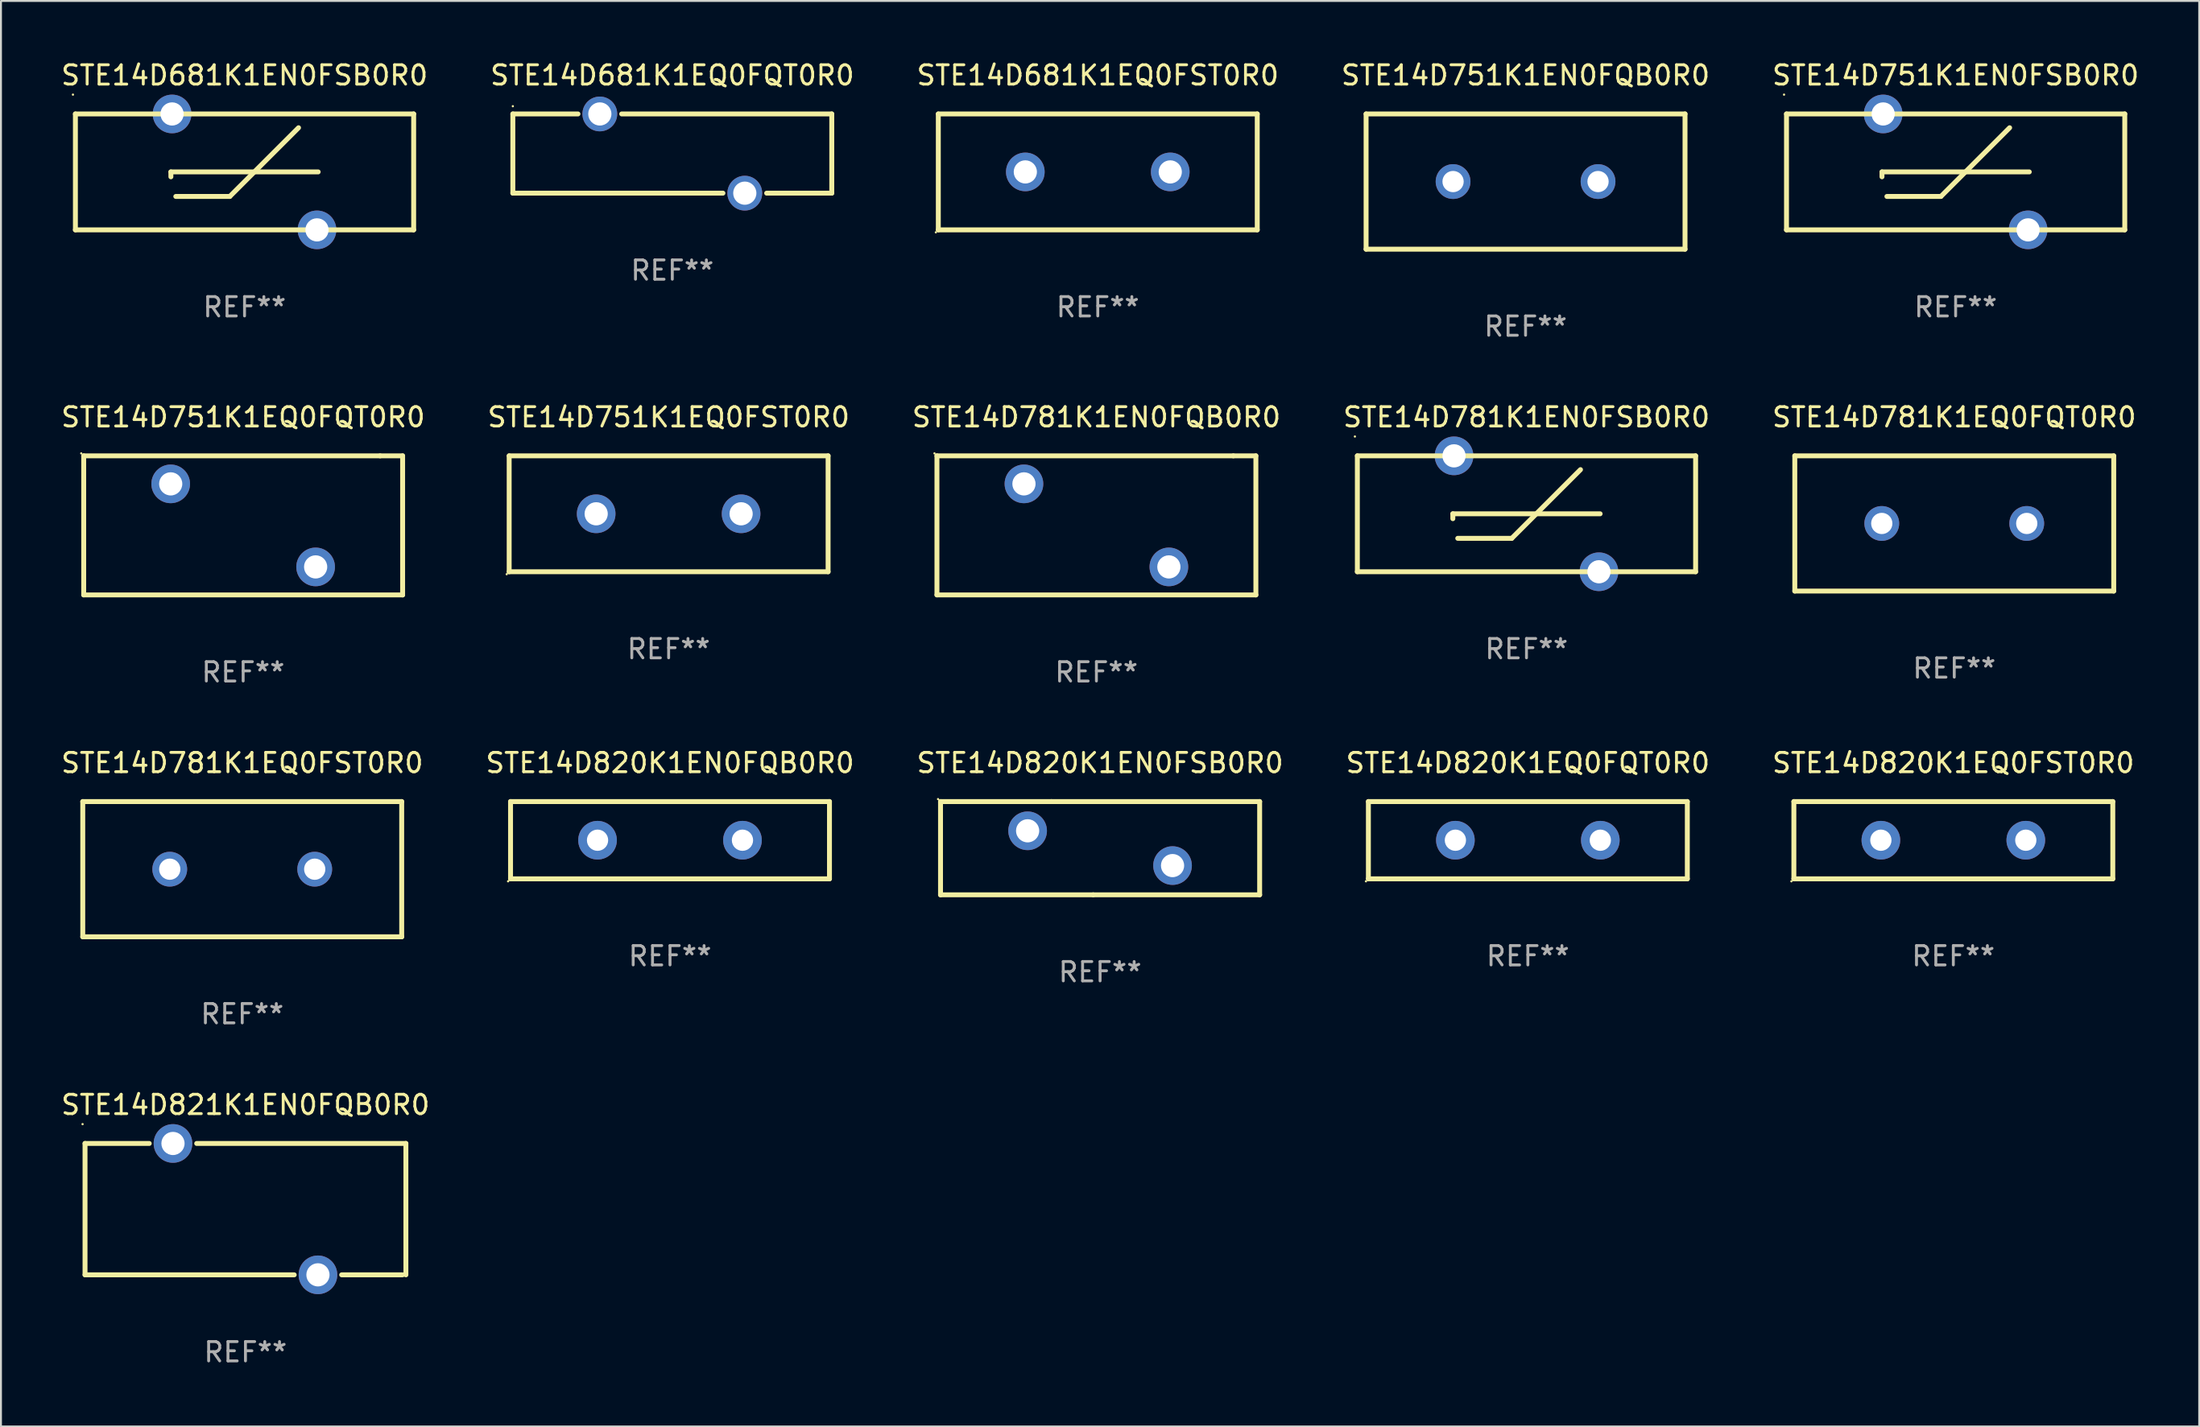
<source format=kicad_pcb>
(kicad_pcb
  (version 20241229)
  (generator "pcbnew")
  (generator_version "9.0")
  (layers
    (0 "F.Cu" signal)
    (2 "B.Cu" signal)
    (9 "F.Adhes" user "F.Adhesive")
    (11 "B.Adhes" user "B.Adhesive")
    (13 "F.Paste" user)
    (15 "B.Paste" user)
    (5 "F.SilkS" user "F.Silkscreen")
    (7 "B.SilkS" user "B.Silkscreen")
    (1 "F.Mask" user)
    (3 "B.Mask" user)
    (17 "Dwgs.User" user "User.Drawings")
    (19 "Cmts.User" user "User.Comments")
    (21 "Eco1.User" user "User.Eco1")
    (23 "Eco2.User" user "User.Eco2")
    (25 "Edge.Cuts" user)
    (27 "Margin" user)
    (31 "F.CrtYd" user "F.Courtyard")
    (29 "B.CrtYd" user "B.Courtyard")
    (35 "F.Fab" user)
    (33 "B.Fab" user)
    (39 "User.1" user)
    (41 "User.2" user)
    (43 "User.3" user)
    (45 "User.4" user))
  (footprint "STE14D781K1EQ0FQT0R0"
    (layer "F.Cu")
    (at 98.054 24.045)
    (property "Reference" "STE14D781K1EQ0FQT0R0" (at 0 -5.5 0) (layer "F.SilkS") (effects (font (size 1 1) (thickness 0.15))))
    (attr through_hole)
    (fp_line (start -8.25 -3.5) (end 8.25 -3.5) (stroke (width 0.254) (type solid)) (layer "F.SilkS"))
    (fp_line (start -8.25 3.5) (end -8.25 -3.5) (stroke (width 0.254) (type solid)) (layer "F.SilkS"))
    (fp_line (start 8.25 -3.5) (end 8.25 3.5) (stroke (width 0.254) (type solid)) (layer "F.SilkS"))
    (fp_line (start 8.25 3.5) (end -8.25 3.5) (stroke (width 0.254) (type solid)) (layer "F.SilkS"))
    (fp_circle (center -8.25 3.5) (end -8.22 3.5) (stroke (width 0.06) (type solid)) (fill no) (layer "F.SilkS"))
    (fp_text user "REF**" (at 0 7.5 0) (layer "F.Fab") (effects (font (size 1 1) (thickness 0.15))))
    (pad "1" thru_hole circle (at -3.75 0) (size 1.8 1.8) (drill 1.1) (layers "*.Cu" "*.Mask"))
    (pad "2" thru_hole circle (at 3.75 0) (size 1.8 1.8) (drill 1.1) (layers "*.Cu" "*.Mask")))
  (footprint "STE14D781K1EN0FSB0R0"
    (layer "F.Cu")
    (at 75.923 23.545)
    (property "Reference" "STE14D781K1EN0FSB0R0" (at 0 -5 0) (layer "F.SilkS") (effects (font (size 1 1) (thickness 0.15))))
    (attr through_hole)
    (fp_line (start -8.75 -3) (end -8.75 3) (stroke (width 0.254) (type solid)) (layer "F.SilkS"))
    (fp_line (start -8.75 -3) (end 8.75 -3) (stroke (width 0.254) (type solid)) (layer "F.SilkS"))
    (fp_line (start -3.81 0) (end 3.81 0) (stroke (width 0.254) (type solid)) (layer "F.SilkS"))
    (fp_line (start -3.81 0.254) (end -3.81 0) (stroke (width 0.254) (type solid)) (layer "F.SilkS"))
    (fp_line (start -3.556 1.27) (end -0.762 1.27) (stroke (width 0.254) (type solid)) (layer "F.SilkS"))
    (fp_line (start -0.762 1.27) (end 2.794 -2.286) (stroke (width 0.254) (type solid)) (layer "F.SilkS"))
    (fp_line (start 8.75 3) (end -8.75 3) (stroke (width 0.254) (type solid)) (layer "F.SilkS"))
    (fp_line (start 8.75 3) (end 8.75 -3) (stroke (width 0.254) (type solid)) (layer "F.SilkS"))
    (fp_circle (center -8.877 -4) (end -8.847 -4) (stroke (width 0.06) (type solid)) (fill no) (layer "F.SilkS"))
    (fp_text user "REF**" (at 0 7 0) (layer "F.Fab") (effects (font (size 1 1) (thickness 0.15))))
    (pad "1" thru_hole circle (at -3.749 -3) (size 2 2) (drill 1.2) (layers "*.Cu" "*.Mask"))
    (pad "2" thru_hole circle (at 3.749 3) (size 2 2) (drill 1.2) (layers "*.Cu" "*.Mask")))
  (footprint "STE14D681K1EN0FSB0R0"
    (layer "F.Cu")
    (at 9.601 5.848)
    (property "Reference" "STE14D681K1EN0FSB0R0" (at 0 -5 0) (layer "F.SilkS") (effects (font (size 1 1) (thickness 0.15))))
    (attr through_hole)
    (fp_line (start -8.75 -3) (end -8.75 3) (stroke (width 0.254) (type solid)) (layer "F.SilkS"))
    (fp_line (start -8.75 -3) (end 8.75 -3) (stroke (width 0.254) (type solid)) (layer "F.SilkS"))
    (fp_line (start -3.81 0) (end 3.81 0) (stroke (width 0.254) (type solid)) (layer "F.SilkS"))
    (fp_line (start -3.81 0.254) (end -3.81 0) (stroke (width 0.254) (type solid)) (layer "F.SilkS"))
    (fp_line (start -3.556 1.27) (end -0.762 1.27) (stroke (width 0.254) (type solid)) (layer "F.SilkS"))
    (fp_line (start -0.762 1.27) (end 2.794 -2.286) (stroke (width 0.254) (type solid)) (layer "F.SilkS"))
    (fp_line (start 8.75 3) (end -8.75 3) (stroke (width 0.254) (type solid)) (layer "F.SilkS"))
    (fp_line (start 8.75 3) (end 8.75 -3) (stroke (width 0.254) (type solid)) (layer "F.SilkS"))
    (fp_circle (center -8.877 -4) (end -8.847 -4) (stroke (width 0.06) (type solid)) (fill no) (layer "F.SilkS"))
    (fp_text user "REF**" (at 0 7 0) (layer "F.Fab") (effects (font (size 1 1) (thickness 0.15))))
    (pad "1" thru_hole circle (at -3.749 -3) (size 2 2) (drill 1.2) (layers "*.Cu" "*.Mask"))
    (pad "2" thru_hole circle (at 3.749 3) (size 2 2) (drill 1.2) (layers "*.Cu" "*.Mask")))
  (footprint "STE14D820K1EN0FSB0R0"
    (layer "F.Cu")
    (at 53.863 40.854)
    (property "Reference" "STE14D820K1EN0FSB0R0" (at 0 -4.413 0) (layer "F.SilkS") (effects (font (size 1 1) (thickness 0.15))))
    (attr through_hole)
    (fp_line (start -8.255 -2.413) (end -2.515 -2.413) (stroke (width 0.254) (type solid)) (layer "F.SilkS"))
    (fp_line (start -8.255 2.413) (end -8.255 -2.413) (stroke (width 0.254) (type solid)) (layer "F.SilkS"))
    (fp_line (start -2.515 -2.413) (end 8.255 -2.413) (stroke (width 0.254) (type solid)) (layer "F.SilkS"))
    (fp_line (start -0.356 2.413) (end -8.255 2.413) (stroke (width 0.254) (type solid)) (layer "F.SilkS"))
    (fp_line (start 8.255 -2.413) (end 8.255 2.413) (stroke (width 0.254) (type solid)) (layer "F.SilkS"))
    (fp_line (start 8.255 2.413) (end -0.356 2.413) (stroke (width 0.254) (type solid)) (layer "F.SilkS"))
    (fp_circle (center -8.382 -2.54) (end -8.352 -2.54) (stroke (width 0.06) (type solid)) (fill no) (layer "F.SilkS"))
    (fp_text user "REF**" (at 0 6.413 0) (layer "F.Fab") (effects (font (size 1 1) (thickness 0.15))))
    (pad "1" thru_hole circle (at -3.749 -0.9) (size 2 2) (drill 1.2) (layers "*.Cu" "*.Mask"))
    (pad "2" thru_hole circle (at 3.749 0.9) (size 2 2) (drill 1.2) (layers "*.Cu" "*.Mask")))
  (footprint "STE14D781K1EQ0FST0R0"
    (layer "F.Cu")
    (at 9.482 41.941)
    (property "Reference" "STE14D781K1EQ0FST0R0" (at 0 -5.5 0) (layer "F.SilkS") (effects (font (size 1 1) (thickness 0.15))))
    (attr through_hole)
    (fp_line (start -8.25 -3.5) (end 8.25 -3.5) (stroke (width 0.254) (type solid)) (layer "F.SilkS"))
    (fp_line (start -8.25 3.5) (end -8.25 -3.5) (stroke (width 0.254) (type solid)) (layer "F.SilkS"))
    (fp_line (start 8.25 -3.5) (end 8.25 3.5) (stroke (width 0.254) (type solid)) (layer "F.SilkS"))
    (fp_line (start 8.25 3.5) (end -8.25 3.5) (stroke (width 0.254) (type solid)) (layer "F.SilkS"))
    (fp_circle (center -8.25 3.5) (end -8.22 3.5) (stroke (width 0.06) (type solid)) (fill no) (layer "F.SilkS"))
    (fp_text user "REF**" (at 0 7.5 0) (layer "F.Fab") (effects (font (size 1 1) (thickness 0.15))))
    (pad "1" thru_hole circle (at -3.75 0) (size 1.8 1.8) (drill 1.1) (layers "*.Cu" "*.Mask"))
    (pad "2" thru_hole circle (at 3.75 0) (size 1.8 1.8) (drill 1.1) (layers "*.Cu" "*.Mask")))
  (footprint "STE14D820K1EN0FQB0R0"
    (layer "F.Cu")
    (at 31.613 40.441)
    (property "Reference" "STE14D820K1EN0FQB0R0" (at 0 -4 0) (layer "F.SilkS") (effects (font (size 1 1) (thickness 0.15))))
    (attr through_hole)
    (fp_line (start -8.25 -2) (end 8.25 -2) (stroke (width 0.254) (type solid)) (layer "F.SilkS"))
    (fp_line (start -8.25 2) (end -8.25 -2) (stroke (width 0.254) (type solid)) (layer "F.SilkS"))
    (fp_line (start 8.25 -2) (end 8.25 2) (stroke (width 0.254) (type solid)) (layer "F.SilkS"))
    (fp_line (start 8.25 2) (end -8.25 2) (stroke (width 0.254) (type solid)) (layer "F.SilkS"))
    (fp_circle (center -8.377 2.127) (end -8.347 2.127) (stroke (width 0.06) (type solid)) (fill no) (layer "F.SilkS"))
    (fp_text user "REF**" (at 0 6 0) (layer "F.Fab") (effects (font (size 1 1) (thickness 0.15))))
    (pad "1" thru_hole circle (at -3.749 0) (size 2 2) (drill 1.1) (layers "*.Cu" "*.Mask"))
    (pad "2" thru_hole circle (at 3.749 0) (size 2 2) (drill 1.1) (layers "*.Cu" "*.Mask")))
  (footprint "STE14D781K1EN0FQB0R0"
    (layer "F.Cu")
    (at 53.673 24.145)
    (property "Reference" "STE14D781K1EN0FQB0R0" (at 0 -5.6 0) (layer "F.SilkS") (effects (font (size 1 1) (thickness 0.15))))
    (attr through_hole)
    (fp_line (start -8.25 -3.6) (end 7.084 -3.599) (stroke (width 0.254) (type solid)) (layer "F.SilkS"))
    (fp_line (start -8.25 3.598) (end -8.25 -3.6) (stroke (width 0.254) (type solid)) (layer "F.SilkS"))
    (fp_line (start 7.084 -3.599) (end 8.25 -3.6) (stroke (width 0.254) (type solid)) (layer "F.SilkS"))
    (fp_line (start 8.25 -3.6) (end 8.25 3.6) (stroke (width 0.254) (type solid)) (layer "F.SilkS"))
    (fp_line (start 8.25 3.6) (end -8.25 3.6) (stroke (width 0.254) (type solid)) (layer "F.SilkS"))
    (fp_circle (center -8.377 -3.727) (end -8.347 -3.727) (stroke (width 0.06) (type solid)) (fill no) (layer "F.SilkS"))
    (fp_text user "REF**" (at 0 7.6 0) (layer "F.Fab") (effects (font (size 1 1) (thickness 0.15))))
    (pad "1" thru_hole circle (at -3.749 -2.149) (size 2 2) (drill 1.2) (layers "*.Cu" "*.Mask"))
    (pad "2" thru_hole circle (at 3.749 2.149) (size 2 2) (drill 1.2) (layers "*.Cu" "*.Mask")))
  (footprint "STE14D751K1EN0FQB0R0"
    (layer "F.Cu")
    (at 75.875 6.348)
    (property "Reference" "STE14D751K1EN0FQB0R0" (at 0 -5.5 0) (layer "F.SilkS") (effects (font (size 1 1) (thickness 0.15))))
    (attr through_hole)
    (fp_line (start -8.25 -3.5) (end 8.25 -3.5) (stroke (width 0.254) (type solid)) (layer "F.SilkS"))
    (fp_line (start -8.25 3.5) (end -8.25 -3.5) (stroke (width 0.254) (type solid)) (layer "F.SilkS"))
    (fp_line (start 8.25 -3.5) (end 8.25 3.5) (stroke (width 0.254) (type solid)) (layer "F.SilkS"))
    (fp_line (start 8.25 3.5) (end -8.25 3.5) (stroke (width 0.254) (type solid)) (layer "F.SilkS"))
    (fp_circle (center -8.25 3.5) (end -8.22 3.5) (stroke (width 0.06) (type solid)) (fill no) (layer "F.SilkS"))
    (fp_text user "REF**" (at 0 7.5 0) (layer "F.Fab") (effects (font (size 1 1) (thickness 0.15))))
    (pad "1" thru_hole circle (at -3.75 0) (size 1.8 1.8) (drill 1.1) (layers "*.Cu" "*.Mask"))
    (pad "2" thru_hole circle (at 3.75 0) (size 1.8 1.8) (drill 1.1) (layers "*.Cu" "*.Mask")))
  (footprint "STE14D751K1EQ0FQT0R0"
    (layer "F.Cu")
    (at 9.53 24.145)
    (property "Reference" "STE14D751K1EQ0FQT0R0" (at 0 -5.6 0) (layer "F.SilkS") (effects (font (size 1 1) (thickness 0.15))))
    (attr through_hole)
    (fp_line (start -8.25 -3.6) (end 7.084 -3.599) (stroke (width 0.254) (type solid)) (layer "F.SilkS"))
    (fp_line (start -8.25 3.598) (end -8.25 -3.6) (stroke (width 0.254) (type solid)) (layer "F.SilkS"))
    (fp_line (start 7.084 -3.599) (end 8.25 -3.6) (stroke (width 0.254) (type solid)) (layer "F.SilkS"))
    (fp_line (start 8.25 -3.6) (end 8.25 3.6) (stroke (width 0.254) (type solid)) (layer "F.SilkS"))
    (fp_line (start 8.25 3.6) (end -8.25 3.6) (stroke (width 0.254) (type solid)) (layer "F.SilkS"))
    (fp_circle (center -8.377 -3.727) (end -8.347 -3.727) (stroke (width 0.06) (type solid)) (fill no) (layer "F.SilkS"))
    (fp_text user "REF**" (at 0 7.6 0) (layer "F.Fab") (effects (font (size 1 1) (thickness 0.15))))
    (pad "1" thru_hole circle (at -3.749 -2.149) (size 2 2) (drill 1.2) (layers "*.Cu" "*.Mask"))
    (pad "2" thru_hole circle (at 3.749 2.149) (size 2 2) (drill 1.2) (layers "*.Cu" "*.Mask")))
  (footprint "STE14D820K1EQ0FST0R0"
    (layer "F.Cu")
    (at 98.006 40.441)
    (property "Reference" "STE14D820K1EQ0FST0R0" (at 0 -4 0) (layer "F.SilkS") (effects (font (size 1 1) (thickness 0.15))))
    (attr through_hole)
    (fp_line (start -8.25 -2) (end 8.25 -2) (stroke (width 0.254) (type solid)) (layer "F.SilkS"))
    (fp_line (start -8.25 2) (end -8.25 -2) (stroke (width 0.254) (type solid)) (layer "F.SilkS"))
    (fp_line (start 8.25 -2) (end 8.25 2) (stroke (width 0.254) (type solid)) (layer "F.SilkS"))
    (fp_line (start 8.25 2) (end -8.25 2) (stroke (width 0.254) (type solid)) (layer "F.SilkS"))
    (fp_circle (center -8.377 2.127) (end -8.347 2.127) (stroke (width 0.06) (type solid)) (fill no) (layer "F.SilkS"))
    (fp_text user "REF**" (at 0 6 0) (layer "F.Fab") (effects (font (size 1 1) (thickness 0.15))))
    (pad "1" thru_hole circle (at -3.749 0) (size 2 2) (drill 1.1) (layers "*.Cu" "*.Mask"))
    (pad "2" thru_hole circle (at 3.749 0) (size 2 2) (drill 1.1) (layers "*.Cu" "*.Mask")))
  (footprint "STE14D751K1EN0FSB0R0"
    (layer "F.Cu")
    (at 98.125 5.848)
    (property "Reference" "STE14D751K1EN0FSB0R0" (at 0 -5 0) (layer "F.SilkS") (effects (font (size 1 1) (thickness 0.15))))
    (attr through_hole)
    (fp_line (start -8.75 -3) (end -8.75 3) (stroke (width 0.254) (type solid)) (layer "F.SilkS"))
    (fp_line (start -8.75 -3) (end 8.75 -3) (stroke (width 0.254) (type solid)) (layer "F.SilkS"))
    (fp_line (start -3.81 0) (end 3.81 0) (stroke (width 0.254) (type solid)) (layer "F.SilkS"))
    (fp_line (start -3.81 0.254) (end -3.81 0) (stroke (width 0.254) (type solid)) (layer "F.SilkS"))
    (fp_line (start -3.556 1.27) (end -0.762 1.27) (stroke (width 0.254) (type solid)) (layer "F.SilkS"))
    (fp_line (start -0.762 1.27) (end 2.794 -2.286) (stroke (width 0.254) (type solid)) (layer "F.SilkS"))
    (fp_line (start 8.75 3) (end -8.75 3) (stroke (width 0.254) (type solid)) (layer "F.SilkS"))
    (fp_line (start 8.75 3) (end 8.75 -3) (stroke (width 0.254) (type solid)) (layer "F.SilkS"))
    (fp_circle (center -8.877 -4) (end -8.847 -4) (stroke (width 0.06) (type solid)) (fill no) (layer "F.SilkS"))
    (fp_text user "REF**" (at 0 7 0) (layer "F.Fab") (effects (font (size 1 1) (thickness 0.15))))
    (pad "1" thru_hole circle (at -3.749 -3) (size 2 2) (drill 1.2) (layers "*.Cu" "*.Mask"))
    (pad "2" thru_hole circle (at 3.749 3) (size 2 2) (drill 1.2) (layers "*.Cu" "*.Mask")))
  (footprint "STE14D681K1EQ0FST0R0"
    (layer "F.Cu")
    (at 53.744 5.848)
    (property "Reference" "STE14D681K1EQ0FST0R0" (at 0 -5 0) (layer "F.SilkS") (effects (font (size 1 1) (thickness 0.15))))
    (attr through_hole)
    (fp_line (start -8.25 -3) (end 8.25 -3) (stroke (width 0.254) (type solid)) (layer "F.SilkS"))
    (fp_line (start -8.25 3) (end -8.25 -2.999) (stroke (width 0.254) (type solid)) (layer "F.SilkS"))
    (fp_line (start 8.25 -3) (end 8.25 3) (stroke (width 0.254) (type solid)) (layer "F.SilkS"))
    (fp_line (start 8.25 3) (end -8.25 3) (stroke (width 0.254) (type solid)) (layer "F.SilkS"))
    (fp_circle (center -8.377 3.127) (end -8.347 3.127) (stroke (width 0.06) (type solid)) (fill no) (layer "F.SilkS"))
    (fp_text user "REF**" (at 0 7 0) (layer "F.Fab") (effects (font (size 1 1) (thickness 0.15))))
    (pad "1" thru_hole circle (at -3.749 0) (size 2 2) (drill 1.2) (layers "*.Cu" "*.Mask"))
    (pad "2" thru_hole circle (at 3.749 0) (size 2 2) (drill 1.2) (layers "*.Cu" "*.Mask")))
  (footprint "STE14D820K1EQ0FQT0R0"
    (layer "F.Cu")
    (at 75.994 40.441)
    (property "Reference" "STE14D820K1EQ0FQT0R0" (at 0 -4 0) (layer "F.SilkS") (effects (font (size 1 1) (thickness 0.15))))
    (attr through_hole)
    (fp_line (start -8.25 -2) (end 8.25 -2) (stroke (width 0.254) (type solid)) (layer "F.SilkS"))
    (fp_line (start -8.25 2) (end -8.25 -2) (stroke (width 0.254) (type solid)) (layer "F.SilkS"))
    (fp_line (start 8.25 -2) (end 8.25 2) (stroke (width 0.254) (type solid)) (layer "F.SilkS"))
    (fp_line (start 8.25 2) (end -8.25 2) (stroke (width 0.254) (type solid)) (layer "F.SilkS"))
    (fp_circle (center -8.377 2.127) (end -8.347 2.127) (stroke (width 0.06) (type solid)) (fill no) (layer "F.SilkS"))
    (fp_text user "REF**" (at 0 6 0) (layer "F.Fab") (effects (font (size 1 1) (thickness 0.15))))
    (pad "1" thru_hole circle (at -3.749 0) (size 2 2) (drill 1.1) (layers "*.Cu" "*.Mask"))
    (pad "2" thru_hole circle (at 3.749 0) (size 2 2) (drill 1.1) (layers "*.Cu" "*.Mask")))
  (footprint "STE14D821K1EN0FQB0R0"
    (layer "F.Cu")
    (at 9.649 59.538)
    (property "Reference" "STE14D821K1EN0FQB0R0" (at 0 -5.4 0) (layer "F.SilkS") (effects (font (size 1 1) (thickness 0.15))))
    (attr through_hole)
    (fp_line (start -8.3 -3.4) (end -8.3 3.4) (stroke (width 0.254) (type solid)) (layer "F.SilkS"))
    (fp_line (start -8.3 -3.4) (end -4.977 -3.4) (stroke (width 0.254) (type solid)) (layer "F.SilkS"))
    (fp_line (start -8.3 3.4) (end 2.523 3.4) (stroke (width 0.254) (type solid)) (layer "F.SilkS"))
    (fp_line (start -2.523 -3.4) (end 8.3 -3.4) (stroke (width 0.254) (type solid)) (layer "F.SilkS"))
    (fp_line (start 4.977 3.4) (end 8.128 3.4) (stroke (width 0.254) (type solid)) (layer "F.SilkS"))
    (fp_line (start 8.3 -3.4) (end 8.3 3.4) (stroke (width 0.254) (type solid)) (layer "F.SilkS"))
    (fp_circle (center -8.427 -4.4) (end -8.397 -4.4) (stroke (width 0.06) (type solid)) (fill no) (layer "F.SilkS"))
    (fp_text user "REF**" (at 0 7.4 0) (layer "F.Fab") (effects (font (size 1 1) (thickness 0.15))))
    (pad "1" thru_hole circle (at -3.75 -3.4) (size 2 2) (drill 1.2) (layers "*.Cu" "*.Mask"))
    (pad "2" thru_hole circle (at 3.75 3.4) (size 2 2) (drill 1.2) (layers "*.Cu" "*.Mask")))
  (footprint "STE14D681K1EQ0FQT0R0"
    (layer "F.Cu")
    (at 31.732 4.898)
    (property "Reference" "STE14D681K1EQ0FQT0R0" (at 0 -4.05 0) (layer "F.SilkS") (effects (font (size 1 1) (thickness 0.15))))
    (attr through_hole)
    (fp_line (start -8.25 -2.05) (end -4.881 -2.05) (stroke (width 0.254) (type solid)) (layer "F.SilkS"))
    (fp_line (start -8.25 2.05) (end -8.25 -2.05) (stroke (width 0.254) (type solid)) (layer "F.SilkS"))
    (fp_line (start -8.25 2.05) (end 2.619 2.05) (stroke (width 0.254) (type solid)) (layer "F.SilkS"))
    (fp_line (start 4.881 2.05) (end 8.25 2.05) (stroke (width 0.254) (type solid)) (layer "F.SilkS"))
    (fp_line (start 8.25 -2.05) (end -2.619 -2.05) (stroke (width 0.254) (type solid)) (layer "F.SilkS"))
    (fp_line (start 8.25 -2.05) (end 8.25 2.05) (stroke (width 0.254) (type solid)) (layer "F.SilkS"))
    (fp_circle (center -8.25 -2.45) (end -8.22 -2.45) (stroke (width 0.06) (type solid)) (fill no) (layer "F.SilkS"))
    (fp_text user "REF**" (at 0 6.05 0) (layer "F.Fab") (effects (font (size 1 1) (thickness 0.15))))
    (pad "1" thru_hole circle (at -3.75 -2.05) (size 1.8 1.8) (drill 1.2) (layers "*.Cu" "*.Mask"))
    (pad "2" thru_hole circle (at 3.75 2.05) (size 1.8 1.8) (drill 1.2) (layers "*.Cu" "*.Mask")))
  (footprint "STE14D751K1EQ0FST0R0"
    (layer "F.Cu")
    (at 31.542 23.545)
    (property "Reference" "STE14D751K1EQ0FST0R0" (at 0 -5 0) (layer "F.SilkS") (effects (font (size 1 1) (thickness 0.15))))
    (attr through_hole)
    (fp_line (start -8.25 -3) (end 8.25 -3) (stroke (width 0.254) (type solid)) (layer "F.SilkS"))
    (fp_line (start -8.25 3) (end -8.25 -2.999) (stroke (width 0.254) (type solid)) (layer "F.SilkS"))
    (fp_line (start 8.25 -3) (end 8.25 3) (stroke (width 0.254) (type solid)) (layer "F.SilkS"))
    (fp_line (start 8.25 3) (end -8.25 3) (stroke (width 0.254) (type solid)) (layer "F.SilkS"))
    (fp_circle (center -8.377 3.127) (end -8.347 3.127) (stroke (width 0.06) (type solid)) (fill no) (layer "F.SilkS"))
    (fp_text user "REF**" (at 0 7 0) (layer "F.Fab") (effects (font (size 1 1) (thickness 0.15))))
    (pad "1" thru_hole circle (at -3.749 0) (size 2 2) (drill 1.2) (layers "*.Cu" "*.Mask"))
    (pad "2" thru_hole circle (at 3.749 0) (size 2 2) (drill 1.2) (layers "*.Cu" "*.Mask")))
  (gr_rect
    (start -3 -3)
    (end 110.726 70.786)
    (stroke (width 0.1) (type default))
    (fill no)
    (layer "Edge.Cuts")))
</source>
